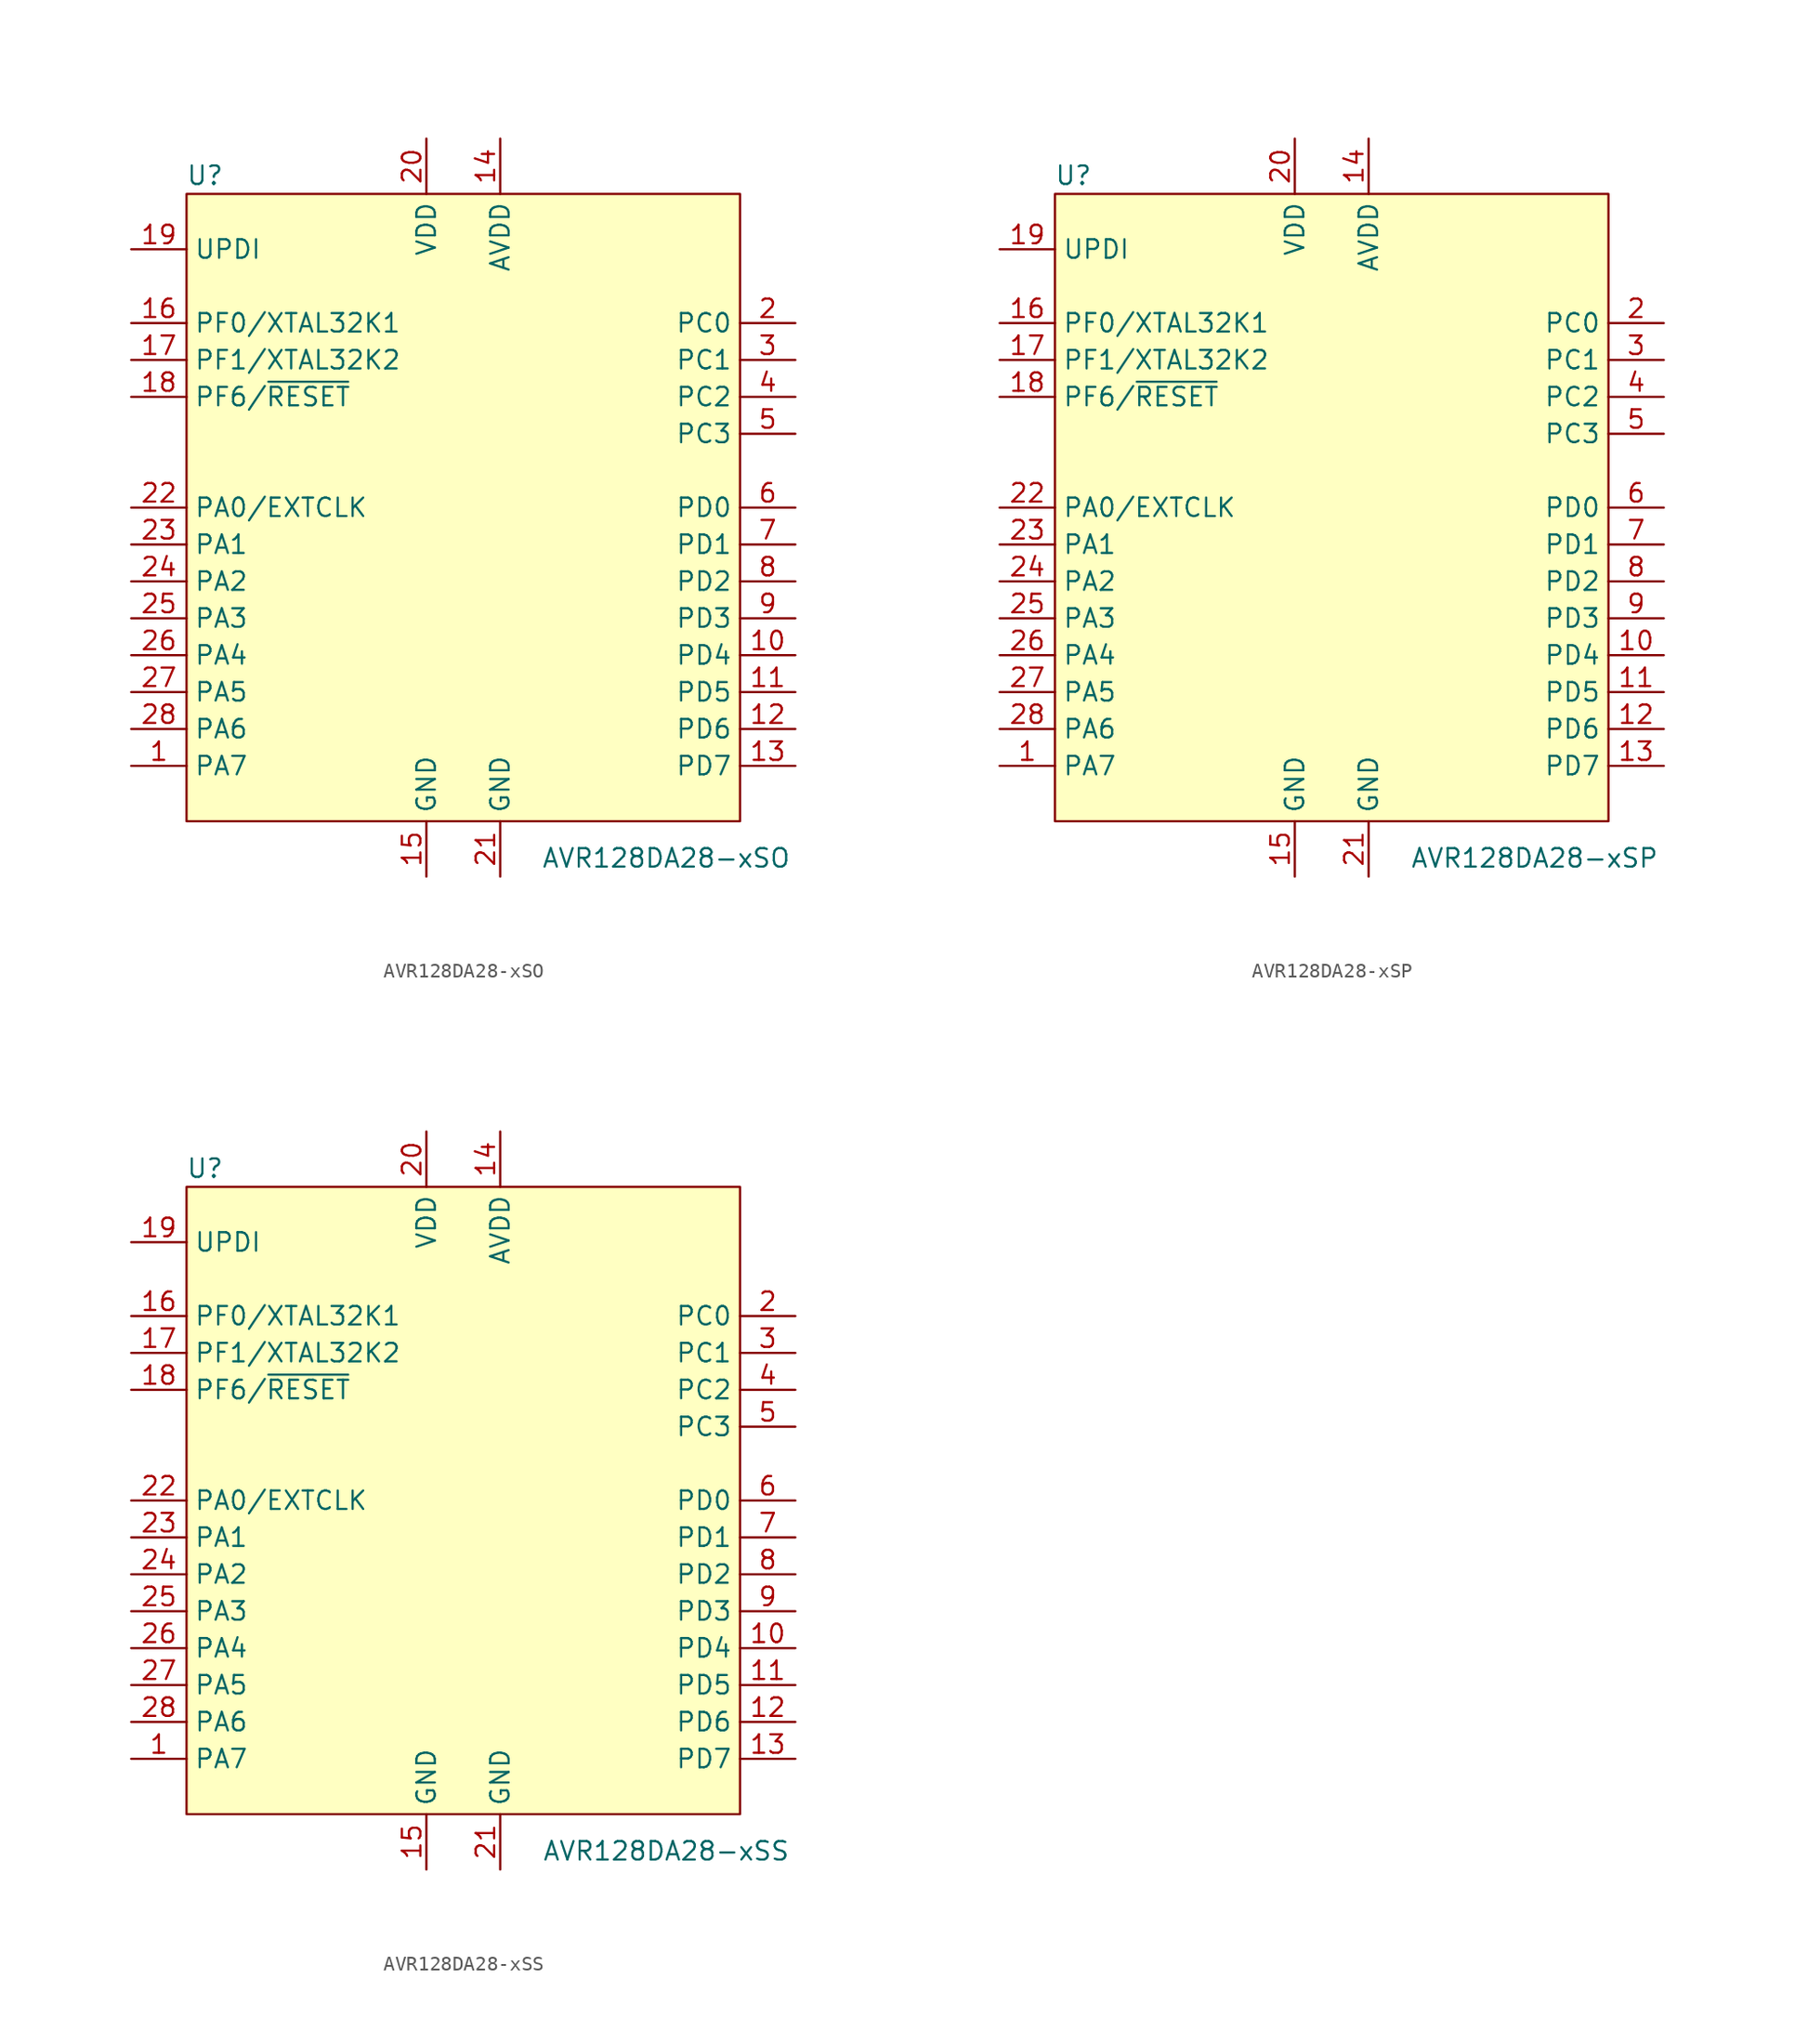
<source format=kicad_sym>
(kicad_symbol_lib
  (version 20211014)
  (generator kicad_symbol_editor)
  (symbol "AVR128DA28-xSO"
    (property "Reference" "U"
      (at -17.78 22.86 0)
      (effects (font (size 1.27 1.27))))
    (property "Value" "AVR128DA28-xSO"
      (at 13.97 -24.13 0)
      (effects (font (size 1.27 1.27))))
    (symbol "AVR128DA28-xSO_0_1"
      (rectangle (start -19.05 21.59) (end 19.05 -21.59) (stroke (width 0) (type default) (color 0 0 0 0)) (fill (type background))))
    (symbol "AVR128DA28-xSO_1_1"
      (pin bidirectional line (at -22.86 -17.78 0) (length 3.81) (name "PA7" (effects (font (size 1.27 1.27)))) (number "1" (effects (font (size 1.27 1.27)))))
      (pin bidirectional line (at 22.86 -10.16 180) (length 3.81) (name "PD4" (effects (font (size 1.27 1.27)))) (number "10" (effects (font (size 1.27 1.27)))))
      (pin bidirectional line (at 22.86 -12.7 180) (length 3.81) (name "PD5" (effects (font (size 1.27 1.27)))) (number "11" (effects (font (size 1.27 1.27)))))
      (pin bidirectional line (at 22.86 -15.24 180) (length 3.81) (name "PD6" (effects (font (size 1.27 1.27)))) (number "12" (effects (font (size 1.27 1.27)))))
      (pin bidirectional line (at 22.86 -17.78 180) (length 3.81) (name "PD7" (effects (font (size 1.27 1.27)))) (number "13" (effects (font (size 1.27 1.27)))))
      (pin power_in line (at 2.54 25.4 270) (length 3.81) (name "AVDD" (effects (font (size 1.27 1.27)))) (number "14" (effects (font (size 1.27 1.27)))))
      (pin power_in line (at -2.54 -25.4 90) (length 3.81) (name "GND" (effects (font (size 1.27 1.27)))) (number "15" (effects (font (size 1.27 1.27)))))
      (pin bidirectional line (at -22.86 12.7 0) (length 3.81) (name "PF0/XTAL32K1" (effects (font (size 1.27 1.27)))) (number "16" (effects (font (size 1.27 1.27)))))
      (pin bidirectional line (at -22.86 10.16 0) (length 3.81) (name "PF1/XTAL32K2" (effects (font (size 1.27 1.27)))) (number "17" (effects (font (size 1.27 1.27)))))
      (pin input line (at -22.86 7.62 0) (length 3.81) (name "PF6/~{RESET}" (effects (font (size 1.27 1.27)))) (number "18" (effects (font (size 1.27 1.27)))))
      (pin bidirectional line (at -22.86 17.78 0) (length 3.81) (name "UPDI" (effects (font (size 1.27 1.27)))) (number "19" (effects (font (size 1.27 1.27)))))
      (pin bidirectional line (at 22.86 12.7 180) (length 3.81) (name "PC0" (effects (font (size 1.27 1.27)))) (number "2" (effects (font (size 1.27 1.27)))))
      (pin power_in line (at -2.54 25.4 270) (length 3.81) (name "VDD" (effects (font (size 1.27 1.27)))) (number "20" (effects (font (size 1.27 1.27)))))
      (pin power_in line (at 2.54 -25.4 90) (length 3.81) (name "GND" (effects (font (size 1.27 1.27)))) (number "21" (effects (font (size 1.27 1.27)))))
      (pin bidirectional line (at -22.86 0 0) (length 3.81) (name "PA0/EXTCLK" (effects (font (size 1.27 1.27)))) (number "22" (effects (font (size 1.27 1.27)))))
      (pin bidirectional line (at -22.86 -2.54 0) (length 3.81) (name "PA1" (effects (font (size 1.27 1.27)))) (number "23" (effects (font (size 1.27 1.27)))))
      (pin bidirectional line (at -22.86 -5.08 0) (length 3.81) (name "PA2" (effects (font (size 1.27 1.27)))) (number "24" (effects (font (size 1.27 1.27)))))
      (pin bidirectional line (at -22.86 -7.62 0) (length 3.81) (name "PA3" (effects (font (size 1.27 1.27)))) (number "25" (effects (font (size 1.27 1.27)))))
      (pin bidirectional line (at -22.86 -10.16 0) (length 3.81) (name "PA4" (effects (font (size 1.27 1.27)))) (number "26" (effects (font (size 1.27 1.27)))))
      (pin bidirectional line (at -22.86 -12.7 0) (length 3.81) (name "PA5" (effects (font (size 1.27 1.27)))) (number "27" (effects (font (size 1.27 1.27)))))
      (pin bidirectional line (at -22.86 -15.24 0) (length 3.81) (name "PA6" (effects (font (size 1.27 1.27)))) (number "28" (effects (font (size 1.27 1.27)))))
      (pin bidirectional line (at 22.86 10.16 180) (length 3.81) (name "PC1" (effects (font (size 1.27 1.27)))) (number "3" (effects (font (size 1.27 1.27)))))
      (pin bidirectional line (at 22.86 7.62 180) (length 3.81) (name "PC2" (effects (font (size 1.27 1.27)))) (number "4" (effects (font (size 1.27 1.27)))))
      (pin bidirectional line (at 22.86 5.08 180) (length 3.81) (name "PC3" (effects (font (size 1.27 1.27)))) (number "5" (effects (font (size 1.27 1.27)))))
      (pin bidirectional line (at 22.86 0 180) (length 3.81) (name "PD0" (effects (font (size 1.27 1.27)))) (number "6" (effects (font (size 1.27 1.27)))))
      (pin bidirectional line (at 22.86 -2.54 180) (length 3.81) (name "PD1" (effects (font (size 1.27 1.27)))) (number "7" (effects (font (size 1.27 1.27)))))
      (pin bidirectional line (at 22.86 -5.08 180) (length 3.81) (name "PD2" (effects (font (size 1.27 1.27)))) (number "8" (effects (font (size 1.27 1.27)))))
      (pin bidirectional line (at 22.86 -7.62 180) (length 3.81) (name "PD3" (effects (font (size 1.27 1.27)))) (number "9" (effects (font (size 1.27 1.27)))))))
  (symbol "AVR128DA28-xSP"
    (property "Reference" "U"
      (at -17.78 22.86 0)
      (effects (font (size 1.27 1.27))))
    (property "Value" "AVR128DA28-xSP"
      (at 13.97 -24.13 0)
      (effects (font (size 1.27 1.27))))
    (symbol "AVR128DA28-xSP_0_1"
      (rectangle (start -19.05 21.59) (end 19.05 -21.59) (stroke (width 0) (type default) (color 0 0 0 0)) (fill (type background))))
    (symbol "AVR128DA28-xSP_1_1"
      (pin bidirectional line (at -22.86 -17.78 0) (length 3.81) (name "PA7" (effects (font (size 1.27 1.27)))) (number "1" (effects (font (size 1.27 1.27)))))
      (pin bidirectional line (at 22.86 -10.16 180) (length 3.81) (name "PD4" (effects (font (size 1.27 1.27)))) (number "10" (effects (font (size 1.27 1.27)))))
      (pin bidirectional line (at 22.86 -12.7 180) (length 3.81) (name "PD5" (effects (font (size 1.27 1.27)))) (number "11" (effects (font (size 1.27 1.27)))))
      (pin bidirectional line (at 22.86 -15.24 180) (length 3.81) (name "PD6" (effects (font (size 1.27 1.27)))) (number "12" (effects (font (size 1.27 1.27)))))
      (pin bidirectional line (at 22.86 -17.78 180) (length 3.81) (name "PD7" (effects (font (size 1.27 1.27)))) (number "13" (effects (font (size 1.27 1.27)))))
      (pin power_in line (at 2.54 25.4 270) (length 3.81) (name "AVDD" (effects (font (size 1.27 1.27)))) (number "14" (effects (font (size 1.27 1.27)))))
      (pin power_in line (at -2.54 -25.4 90) (length 3.81) (name "GND" (effects (font (size 1.27 1.27)))) (number "15" (effects (font (size 1.27 1.27)))))
      (pin bidirectional line (at -22.86 12.7 0) (length 3.81) (name "PF0/XTAL32K1" (effects (font (size 1.27 1.27)))) (number "16" (effects (font (size 1.27 1.27)))))
      (pin bidirectional line (at -22.86 10.16 0) (length 3.81) (name "PF1/XTAL32K2" (effects (font (size 1.27 1.27)))) (number "17" (effects (font (size 1.27 1.27)))))
      (pin input line (at -22.86 7.62 0) (length 3.81) (name "PF6/~{RESET}" (effects (font (size 1.27 1.27)))) (number "18" (effects (font (size 1.27 1.27)))))
      (pin bidirectional line (at -22.86 17.78 0) (length 3.81) (name "UPDI" (effects (font (size 1.27 1.27)))) (number "19" (effects (font (size 1.27 1.27)))))
      (pin bidirectional line (at 22.86 12.7 180) (length 3.81) (name "PC0" (effects (font (size 1.27 1.27)))) (number "2" (effects (font (size 1.27 1.27)))))
      (pin power_in line (at -2.54 25.4 270) (length 3.81) (name "VDD" (effects (font (size 1.27 1.27)))) (number "20" (effects (font (size 1.27 1.27)))))
      (pin power_in line (at 2.54 -25.4 90) (length 3.81) (name "GND" (effects (font (size 1.27 1.27)))) (number "21" (effects (font (size 1.27 1.27)))))
      (pin bidirectional line (at -22.86 0 0) (length 3.81) (name "PA0/EXTCLK" (effects (font (size 1.27 1.27)))) (number "22" (effects (font (size 1.27 1.27)))))
      (pin bidirectional line (at -22.86 -2.54 0) (length 3.81) (name "PA1" (effects (font (size 1.27 1.27)))) (number "23" (effects (font (size 1.27 1.27)))))
      (pin bidirectional line (at -22.86 -5.08 0) (length 3.81) (name "PA2" (effects (font (size 1.27 1.27)))) (number "24" (effects (font (size 1.27 1.27)))))
      (pin bidirectional line (at -22.86 -7.62 0) (length 3.81) (name "PA3" (effects (font (size 1.27 1.27)))) (number "25" (effects (font (size 1.27 1.27)))))
      (pin bidirectional line (at -22.86 -10.16 0) (length 3.81) (name "PA4" (effects (font (size 1.27 1.27)))) (number "26" (effects (font (size 1.27 1.27)))))
      (pin bidirectional line (at -22.86 -12.7 0) (length 3.81) (name "PA5" (effects (font (size 1.27 1.27)))) (number "27" (effects (font (size 1.27 1.27)))))
      (pin bidirectional line (at -22.86 -15.24 0) (length 3.81) (name "PA6" (effects (font (size 1.27 1.27)))) (number "28" (effects (font (size 1.27 1.27)))))
      (pin bidirectional line (at 22.86 10.16 180) (length 3.81) (name "PC1" (effects (font (size 1.27 1.27)))) (number "3" (effects (font (size 1.27 1.27)))))
      (pin bidirectional line (at 22.86 7.62 180) (length 3.81) (name "PC2" (effects (font (size 1.27 1.27)))) (number "4" (effects (font (size 1.27 1.27)))))
      (pin bidirectional line (at 22.86 5.08 180) (length 3.81) (name "PC3" (effects (font (size 1.27 1.27)))) (number "5" (effects (font (size 1.27 1.27)))))
      (pin bidirectional line (at 22.86 0 180) (length 3.81) (name "PD0" (effects (font (size 1.27 1.27)))) (number "6" (effects (font (size 1.27 1.27)))))
      (pin bidirectional line (at 22.86 -2.54 180) (length 3.81) (name "PD1" (effects (font (size 1.27 1.27)))) (number "7" (effects (font (size 1.27 1.27)))))
      (pin bidirectional line (at 22.86 -5.08 180) (length 3.81) (name "PD2" (effects (font (size 1.27 1.27)))) (number "8" (effects (font (size 1.27 1.27)))))
      (pin bidirectional line (at 22.86 -7.62 180) (length 3.81) (name "PD3" (effects (font (size 1.27 1.27)))) (number "9" (effects (font (size 1.27 1.27)))))))
  (symbol "AVR128DA28-xSS"
    (property "Reference" "U"
      (at -17.78 22.86 0)
      (effects (font (size 1.27 1.27))))
    (property "Value" "AVR128DA28-xSS"
      (at 13.97 -24.13 0)
      (effects (font (size 1.27 1.27))))
    (symbol "AVR128DA28-xSS_0_1"
      (rectangle (start -19.05 21.59) (end 19.05 -21.59) (stroke (width 0) (type default) (color 0 0 0 0)) (fill (type background))))
    (symbol "AVR128DA28-xSS_1_1"
      (pin bidirectional line (at -22.86 -17.78 0) (length 3.81) (name "PA7" (effects (font (size 1.27 1.27)))) (number "1" (effects (font (size 1.27 1.27)))))
      (pin bidirectional line (at 22.86 -10.16 180) (length 3.81) (name "PD4" (effects (font (size 1.27 1.27)))) (number "10" (effects (font (size 1.27 1.27)))))
      (pin bidirectional line (at 22.86 -12.7 180) (length 3.81) (name "PD5" (effects (font (size 1.27 1.27)))) (number "11" (effects (font (size 1.27 1.27)))))
      (pin bidirectional line (at 22.86 -15.24 180) (length 3.81) (name "PD6" (effects (font (size 1.27 1.27)))) (number "12" (effects (font (size 1.27 1.27)))))
      (pin bidirectional line (at 22.86 -17.78 180) (length 3.81) (name "PD7" (effects (font (size 1.27 1.27)))) (number "13" (effects (font (size 1.27 1.27)))))
      (pin power_in line (at 2.54 25.4 270) (length 3.81) (name "AVDD" (effects (font (size 1.27 1.27)))) (number "14" (effects (font (size 1.27 1.27)))))
      (pin power_in line (at -2.54 -25.4 90) (length 3.81) (name "GND" (effects (font (size 1.27 1.27)))) (number "15" (effects (font (size 1.27 1.27)))))
      (pin bidirectional line (at -22.86 12.7 0) (length 3.81) (name "PF0/XTAL32K1" (effects (font (size 1.27 1.27)))) (number "16" (effects (font (size 1.27 1.27)))))
      (pin bidirectional line (at -22.86 10.16 0) (length 3.81) (name "PF1/XTAL32K2" (effects (font (size 1.27 1.27)))) (number "17" (effects (font (size 1.27 1.27)))))
      (pin input line (at -22.86 7.62 0) (length 3.81) (name "PF6/~{RESET}" (effects (font (size 1.27 1.27)))) (number "18" (effects (font (size 1.27 1.27)))))
      (pin bidirectional line (at -22.86 17.78 0) (length 3.81) (name "UPDI" (effects (font (size 1.27 1.27)))) (number "19" (effects (font (size 1.27 1.27)))))
      (pin bidirectional line (at 22.86 12.7 180) (length 3.81) (name "PC0" (effects (font (size 1.27 1.27)))) (number "2" (effects (font (size 1.27 1.27)))))
      (pin power_in line (at -2.54 25.4 270) (length 3.81) (name "VDD" (effects (font (size 1.27 1.27)))) (number "20" (effects (font (size 1.27 1.27)))))
      (pin power_in line (at 2.54 -25.4 90) (length 3.81) (name "GND" (effects (font (size 1.27 1.27)))) (number "21" (effects (font (size 1.27 1.27)))))
      (pin bidirectional line (at -22.86 0 0) (length 3.81) (name "PA0/EXTCLK" (effects (font (size 1.27 1.27)))) (number "22" (effects (font (size 1.27 1.27)))))
      (pin bidirectional line (at -22.86 -2.54 0) (length 3.81) (name "PA1" (effects (font (size 1.27 1.27)))) (number "23" (effects (font (size 1.27 1.27)))))
      (pin bidirectional line (at -22.86 -5.08 0) (length 3.81) (name "PA2" (effects (font (size 1.27 1.27)))) (number "24" (effects (font (size 1.27 1.27)))))
      (pin bidirectional line (at -22.86 -7.62 0) (length 3.81) (name "PA3" (effects (font (size 1.27 1.27)))) (number "25" (effects (font (size 1.27 1.27)))))
      (pin bidirectional line (at -22.86 -10.16 0) (length 3.81) (name "PA4" (effects (font (size 1.27 1.27)))) (number "26" (effects (font (size 1.27 1.27)))))
      (pin bidirectional line (at -22.86 -12.7 0) (length 3.81) (name "PA5" (effects (font (size 1.27 1.27)))) (number "27" (effects (font (size 1.27 1.27)))))
      (pin bidirectional line (at -22.86 -15.24 0) (length 3.81) (name "PA6" (effects (font (size 1.27 1.27)))) (number "28" (effects (font (size 1.27 1.27)))))
      (pin bidirectional line (at 22.86 10.16 180) (length 3.81) (name "PC1" (effects (font (size 1.27 1.27)))) (number "3" (effects (font (size 1.27 1.27)))))
      (pin bidirectional line (at 22.86 7.62 180) (length 3.81) (name "PC2" (effects (font (size 1.27 1.27)))) (number "4" (effects (font (size 1.27 1.27)))))
      (pin bidirectional line (at 22.86 5.08 180) (length 3.81) (name "PC3" (effects (font (size 1.27 1.27)))) (number "5" (effects (font (size 1.27 1.27)))))
      (pin bidirectional line (at 22.86 0 180) (length 3.81) (name "PD0" (effects (font (size 1.27 1.27)))) (number "6" (effects (font (size 1.27 1.27)))))
      (pin bidirectional line (at 22.86 -2.54 180) (length 3.81) (name "PD1" (effects (font (size 1.27 1.27)))) (number "7" (effects (font (size 1.27 1.27)))))
      (pin bidirectional line (at 22.86 -5.08 180) (length 3.81) (name "PD2" (effects (font (size 1.27 1.27)))) (number "8" (effects (font (size 1.27 1.27)))))
      (pin bidirectional line (at 22.86 -7.62 180) (length 3.81) (name "PD3" (effects (font (size 1.27 1.27)))) (number "9" (effects (font (size 1.27 1.27))))))))
</source>
